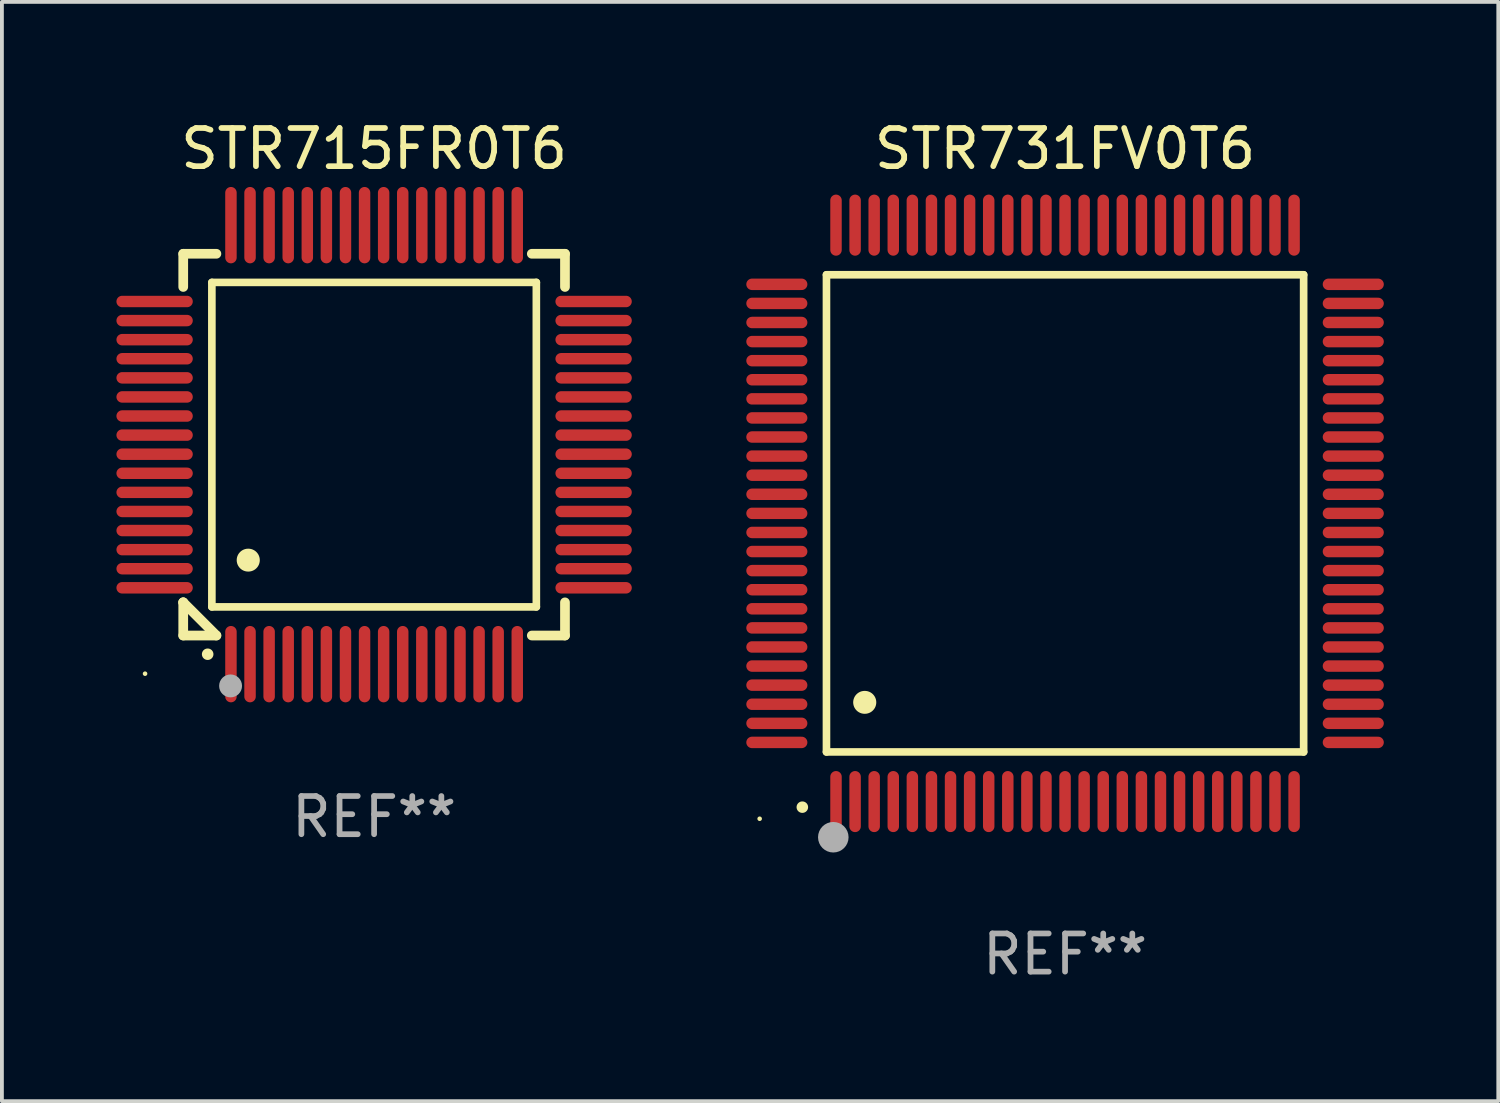
<source format=kicad_pcb>
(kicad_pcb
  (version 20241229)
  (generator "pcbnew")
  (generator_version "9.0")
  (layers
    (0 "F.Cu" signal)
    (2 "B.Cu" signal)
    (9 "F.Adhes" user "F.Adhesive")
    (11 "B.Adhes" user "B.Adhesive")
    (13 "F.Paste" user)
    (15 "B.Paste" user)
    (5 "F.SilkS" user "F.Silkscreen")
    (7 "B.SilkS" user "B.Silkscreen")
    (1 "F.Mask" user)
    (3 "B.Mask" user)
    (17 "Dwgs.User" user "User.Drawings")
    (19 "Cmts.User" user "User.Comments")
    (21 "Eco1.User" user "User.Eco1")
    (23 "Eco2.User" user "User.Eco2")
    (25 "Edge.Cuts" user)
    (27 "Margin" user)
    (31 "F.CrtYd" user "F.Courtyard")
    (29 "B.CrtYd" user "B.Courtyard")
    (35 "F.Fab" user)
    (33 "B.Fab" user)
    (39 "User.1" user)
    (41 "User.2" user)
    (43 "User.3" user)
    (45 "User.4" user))
  (footprint "STR715FR0T6"
    (layer "F.Cu")
    (at 6.75 8.598)
    (property "Reference" "STR715FR0T6" (at 0 -7.75 0) (layer "F.SilkS") (effects (font (size 1 1) (thickness 0.15))))
    (attr through_hole)
    (fp_line (start -5 -5) (end -4.131 -5) (stroke (width 0.254) (type solid)) (layer "F.SilkS"))
    (fp_line (start -5 -4.131) (end -5 -5) (stroke (width 0.254) (type solid)) (layer "F.SilkS"))
    (fp_line (start -5 4.131) (end -5 4.131) (stroke (width 0.254) (type solid)) (layer "F.SilkS"))
    (fp_line (start -5 5) (end -5 4.131) (stroke (width 0.254) (type solid)) (layer "F.SilkS"))
    (fp_line (start -5 4.131) (end -4.131 5) (stroke (width 0.254) (type solid)) (layer "F.SilkS"))
    (fp_line (start -4.25 -4.25) (end -4.25 4.25) (stroke (width 0.2) (type solid)) (layer "F.SilkS"))
    (fp_line (start -4.25 4.25) (end 4.25 4.25) (stroke (width 0.2) (type solid)) (layer "F.SilkS"))
    (fp_line (start -4.131 5) (end -5 5) (stroke (width 0.254) (type solid)) (layer "F.SilkS"))
    (fp_line (start 4.25 -4.25) (end -4.25 -4.25) (stroke (width 0.2) (type solid)) (layer "F.SilkS"))
    (fp_line (start 4.25 4.25) (end 4.25 -4.25) (stroke (width 0.2) (type solid)) (layer "F.SilkS"))
    (fp_line (start 5 -5) (end 4.131 -5) (stroke (width 0.254) (type solid)) (layer "F.SilkS"))
    (fp_line (start 5 -5) (end 5 -4.131) (stroke (width 0.254) (type solid)) (layer "F.SilkS"))
    (fp_line (start 5 4.131) (end 5 5) (stroke (width 0.254) (type solid)) (layer "F.SilkS"))
    (fp_line (start 5 5) (end 4.131 5) (stroke (width 0.254) (type solid)) (layer "F.SilkS"))
    (fp_arc (start -4.361265 5.489992) (mid -4.359995 5.489987) (end -4.358725 5.489992) (stroke (width 0.3) (type solid)) (layer "F.SilkS"))
    (fp_arc (start -3.299467 3.025146) (mid -3.296927 3.025135) (end -3.294387 3.025146) (stroke (width 0.6) (type solid)) (layer "F.SilkS"))
    (fp_circle (center -6 6) (end -5.97 6) (stroke (width 0.06) (type solid)) (fill no) (layer "F.SilkS"))
    (fp_circle (center -3.76 6.32) (end -3.61 6.32) (stroke (width 0.3) (type solid)) (fill no) (layer "F.Fab"))
    (fp_text user "REF**" (at 0 9.75 0) (layer "F.Fab") (effects (font (size 1 1) (thickness 0.15))))
    (pad "1" smd oval (at -3.75 5.75) (size 0.3 2) (layers "F.Cu" "F.Mask" "F.Paste"))
    (pad "2" smd oval (at -3.25 5.75) (size 0.3 2) (layers "F.Cu" "F.Mask" "F.Paste"))
    (pad "3" smd oval (at -2.75 5.75) (size 0.3 2) (layers "F.Cu" "F.Mask" "F.Paste"))
    (pad "4" smd oval (at -2.25 5.75) (size 0.3 2) (layers "F.Cu" "F.Mask" "F.Paste"))
    (pad "5" smd oval (at -1.75 5.75) (size 0.3 2) (layers "F.Cu" "F.Mask" "F.Paste"))
    (pad "6" smd oval (at -1.25 5.75) (size 0.3 2) (layers "F.Cu" "F.Mask" "F.Paste"))
    (pad "7" smd oval (at -0.75 5.75) (size 0.3 2) (layers "F.Cu" "F.Mask" "F.Paste"))
    (pad "8" smd oval (at -0.25 5.75) (size 0.3 2) (layers "F.Cu" "F.Mask" "F.Paste"))
    (pad "9" smd oval (at 0.25 5.75) (size 0.3 2) (layers "F.Cu" "F.Mask" "F.Paste"))
    (pad "10" smd oval (at 0.75 5.75) (size 0.3 2) (layers "F.Cu" "F.Mask" "F.Paste"))
    (pad "11" smd oval (at 1.25 5.75) (size 0.3 2) (layers "F.Cu" "F.Mask" "F.Paste"))
    (pad "12" smd oval (at 1.75 5.75) (size 0.3 2) (layers "F.Cu" "F.Mask" "F.Paste"))
    (pad "13" smd oval (at 2.25 5.75) (size 0.3 2) (layers "F.Cu" "F.Mask" "F.Paste"))
    (pad "14" smd oval (at 2.75 5.75) (size 0.3 2) (layers "F.Cu" "F.Mask" "F.Paste"))
    (pad "15" smd oval (at 3.25 5.75) (size 0.3 2) (layers "F.Cu" "F.Mask" "F.Paste"))
    (pad "16" smd oval (at 3.75 5.75) (size 0.3 2) (layers "F.Cu" "F.Mask" "F.Paste"))
    (pad "17" smd oval (at 5.75 3.75) (size 2 0.3) (layers "F.Cu" "F.Mask" "F.Paste"))
    (pad "18" smd oval (at 5.75 3.25) (size 2 0.3) (layers "F.Cu" "F.Mask" "F.Paste"))
    (pad "19" smd oval (at 5.75 2.75) (size 2 0.3) (layers "F.Cu" "F.Mask" "F.Paste"))
    (pad "20" smd oval (at 5.75 2.25) (size 2 0.3) (layers "F.Cu" "F.Mask" "F.Paste"))
    (pad "21" smd oval (at 5.75 1.75) (size 2 0.3) (layers "F.Cu" "F.Mask" "F.Paste"))
    (pad "22" smd oval (at 5.75 1.25) (size 2 0.3) (layers "F.Cu" "F.Mask" "F.Paste"))
    (pad "23" smd oval (at 5.75 0.75) (size 2 0.3) (layers "F.Cu" "F.Mask" "F.Paste"))
    (pad "24" smd oval (at 5.75 0.25) (size 2 0.3) (layers "F.Cu" "F.Mask" "F.Paste"))
    (pad "25" smd oval (at 5.75 -0.25) (size 2 0.3) (layers "F.Cu" "F.Mask" "F.Paste"))
    (pad "26" smd oval (at 5.75 -0.75) (size 2 0.3) (layers "F.Cu" "F.Mask" "F.Paste"))
    (pad "27" smd oval (at 5.75 -1.25) (size 2 0.3) (layers "F.Cu" "F.Mask" "F.Paste"))
    (pad "28" smd oval (at 5.75 -1.75) (size 2 0.3) (layers "F.Cu" "F.Mask" "F.Paste"))
    (pad "29" smd oval (at 5.75 -2.25) (size 2 0.3) (layers "F.Cu" "F.Mask" "F.Paste"))
    (pad "30" smd oval (at 5.75 -2.75) (size 2 0.3) (layers "F.Cu" "F.Mask" "F.Paste"))
    (pad "31" smd oval (at 5.75 -3.25) (size 2 0.3) (layers "F.Cu" "F.Mask" "F.Paste"))
    (pad "32" smd oval (at 5.75 -3.75) (size 2 0.3) (layers "F.Cu" "F.Mask" "F.Paste"))
    (pad "33" smd oval (at 3.75 -5.75) (size 0.3 2) (layers "F.Cu" "F.Mask" "F.Paste"))
    (pad "34" smd oval (at 3.25 -5.75) (size 0.3 2) (layers "F.Cu" "F.Mask" "F.Paste"))
    (pad "35" smd oval (at 2.75 -5.75) (size 0.3 2) (layers "F.Cu" "F.Mask" "F.Paste"))
    (pad "36" smd oval (at 2.25 -5.75) (size 0.3 2) (layers "F.Cu" "F.Mask" "F.Paste"))
    (pad "37" smd oval (at 1.75 -5.75) (size 0.3 2) (layers "F.Cu" "F.Mask" "F.Paste"))
    (pad "38" smd oval (at 1.25 -5.75) (size 0.3 2) (layers "F.Cu" "F.Mask" "F.Paste"))
    (pad "39" smd oval (at 0.75 -5.75) (size 0.3 2) (layers "F.Cu" "F.Mask" "F.Paste"))
    (pad "40" smd oval (at 0.25 -5.75) (size 0.3 2) (layers "F.Cu" "F.Mask" "F.Paste"))
    (pad "41" smd oval (at -0.25 -5.75) (size 0.3 2) (layers "F.Cu" "F.Mask" "F.Paste"))
    (pad "42" smd oval (at -0.75 -5.75) (size 0.3 2) (layers "F.Cu" "F.Mask" "F.Paste"))
    (pad "43" smd oval (at -1.25 -5.75) (size 0.3 2) (layers "F.Cu" "F.Mask" "F.Paste"))
    (pad "44" smd oval (at -1.75 -5.75) (size 0.3 2) (layers "F.Cu" "F.Mask" "F.Paste"))
    (pad "45" smd oval (at -2.25 -5.75) (size 0.3 2) (layers "F.Cu" "F.Mask" "F.Paste"))
    (pad "46" smd oval (at -2.75 -5.75) (size 0.3 2) (layers "F.Cu" "F.Mask" "F.Paste"))
    (pad "47" smd oval (at -3.25 -5.75) (size 0.3 2) (layers "F.Cu" "F.Mask" "F.Paste"))
    (pad "48" smd oval (at -3.75 -5.75) (size 0.3 2) (layers "F.Cu" "F.Mask" "F.Paste"))
    (pad "49" smd oval (at -5.75 -3.75) (size 2 0.3) (layers "F.Cu" "F.Mask" "F.Paste"))
    (pad "50" smd oval (at -5.75 -3.25) (size 2 0.3) (layers "F.Cu" "F.Mask" "F.Paste"))
    (pad "51" smd oval (at -5.75 -2.75) (size 2 0.3) (layers "F.Cu" "F.Mask" "F.Paste"))
    (pad "52" smd oval (at -5.75 -2.25) (size 2 0.3) (layers "F.Cu" "F.Mask" "F.Paste"))
    (pad "53" smd oval (at -5.75 -1.75) (size 2 0.3) (layers "F.Cu" "F.Mask" "F.Paste"))
    (pad "54" smd oval (at -5.75 -1.25) (size 2 0.3) (layers "F.Cu" "F.Mask" "F.Paste"))
    (pad "55" smd oval (at -5.75 -0.75) (size 2 0.3) (layers "F.Cu" "F.Mask" "F.Paste"))
    (pad "56" smd oval (at -5.75 -0.25) (size 2 0.3) (layers "F.Cu" "F.Mask" "F.Paste"))
    (pad "57" smd oval (at -5.75 0.25) (size 2 0.3) (layers "F.Cu" "F.Mask" "F.Paste"))
    (pad "58" smd oval (at -5.75 0.75) (size 2 0.3) (layers "F.Cu" "F.Mask" "F.Paste"))
    (pad "59" smd oval (at -5.75 1.25) (size 2 0.3) (layers "F.Cu" "F.Mask" "F.Paste"))
    (pad "60" smd oval (at -5.75 1.75) (size 2 0.3) (layers "F.Cu" "F.Mask" "F.Paste"))
    (pad "61" smd oval (at -5.75 2.25) (size 2 0.3) (layers "F.Cu" "F.Mask" "F.Paste"))
    (pad "62" smd oval (at -5.75 2.75) (size 2 0.3) (layers "F.Cu" "F.Mask" "F.Paste"))
    (pad "63" smd oval (at -5.75 3.25) (size 2 0.3) (layers "F.Cu" "F.Mask" "F.Paste"))
    (pad "64" smd oval (at -5.75 3.75) (size 2 0.3) (layers "F.Cu" "F.Mask" "F.Paste")))
  (footprint "STR731FV0T6"
    (layer "F.Cu")
    (at 24.85 10.398)
    (property "Reference" "STR731FV0T6" (at 0 -9.55 0) (layer "F.SilkS") (effects (font (size 1 1) (thickness 0.15))))
    (attr through_hole)
    (fp_line (start -6.25 -6.25) (end -6.25 6.25) (stroke (width 0.2) (type solid)) (layer "F.SilkS"))
    (fp_line (start -6.25 6.25) (end 6.25 6.25) (stroke (width 0.2) (type solid)) (layer "F.SilkS"))
    (fp_line (start 6.25 -6.25) (end -6.25 -6.25) (stroke (width 0.2) (type solid)) (layer "F.SilkS"))
    (fp_line (start 6.25 6.25) (end 6.25 -6.25) (stroke (width 0.2) (type solid)) (layer "F.SilkS"))
    (fp_arc (start -6.883414 7.696215) (mid -6.882144 7.69621) (end -6.880874 7.696215) (stroke (width 0.3) (type solid)) (layer "F.SilkS"))
    (fp_arc (start -5.250191 4.95047) (mid -5.247651 4.950459) (end -5.245111 4.95047) (stroke (width 0.6) (type solid)) (layer "F.SilkS"))
    (fp_circle (center -8 8) (end -7.97 8) (stroke (width 0.06) (type solid)) (fill no) (layer "F.SilkS"))
    (fp_circle (center -6.071 8.484) (end -5.871 8.484) (stroke (width 0.4) (type solid)) (fill no) (layer "F.Fab"))
    (fp_text user "REF**" (at 0 11.55 0) (layer "F.Fab") (effects (font (size 1 1) (thickness 0.15))))
    (pad "1" smd oval (at -6 7.55) (size 0.3 1.6) (layers "F.Cu" "F.Mask" "F.Paste"))
    (pad "2" smd oval (at -5.5 7.55) (size 0.3 1.6) (layers "F.Cu" "F.Mask" "F.Paste"))
    (pad "3" smd oval (at -5 7.55) (size 0.3 1.6) (layers "F.Cu" "F.Mask" "F.Paste"))
    (pad "4" smd oval (at -4.5 7.55) (size 0.3 1.6) (layers "F.Cu" "F.Mask" "F.Paste"))
    (pad "5" smd oval (at -4 7.55) (size 0.3 1.6) (layers "F.Cu" "F.Mask" "F.Paste"))
    (pad "6" smd oval (at -3.5 7.55) (size 0.3 1.6) (layers "F.Cu" "F.Mask" "F.Paste"))
    (pad "7" smd oval (at -3 7.55) (size 0.3 1.6) (layers "F.Cu" "F.Mask" "F.Paste"))
    (pad "8" smd oval (at -2.5 7.55) (size 0.3 1.6) (layers "F.Cu" "F.Mask" "F.Paste"))
    (pad "9" smd oval (at -2 7.55) (size 0.3 1.6) (layers "F.Cu" "F.Mask" "F.Paste"))
    (pad "10" smd oval (at -1.5 7.55) (size 0.3 1.6) (layers "F.Cu" "F.Mask" "F.Paste"))
    (pad "11" smd oval (at -1 7.55) (size 0.3 1.6) (layers "F.Cu" "F.Mask" "F.Paste"))
    (pad "12" smd oval (at -0.5 7.55) (size 0.3 1.6) (layers "F.Cu" "F.Mask" "F.Paste"))
    (pad "13" smd oval (at 0 7.55) (size 0.3 1.6) (layers "F.Cu" "F.Mask" "F.Paste"))
    (pad "14" smd oval (at 0.5 7.55) (size 0.3 1.6) (layers "F.Cu" "F.Mask" "F.Paste"))
    (pad "15" smd oval (at 1 7.55) (size 0.3 1.6) (layers "F.Cu" "F.Mask" "F.Paste"))
    (pad "16" smd oval (at 1.5 7.55) (size 0.3 1.6) (layers "F.Cu" "F.Mask" "F.Paste"))
    (pad "17" smd oval (at 2 7.55) (size 0.3 1.6) (layers "F.Cu" "F.Mask" "F.Paste"))
    (pad "18" smd oval (at 2.5 7.55) (size 0.3 1.6) (layers "F.Cu" "F.Mask" "F.Paste"))
    (pad "19" smd oval (at 3 7.55) (size 0.3 1.6) (layers "F.Cu" "F.Mask" "F.Paste"))
    (pad "20" smd oval (at 3.5 7.55) (size 0.3 1.6) (layers "F.Cu" "F.Mask" "F.Paste"))
    (pad "21" smd oval (at 4 7.55) (size 0.3 1.6) (layers "F.Cu" "F.Mask" "F.Paste"))
    (pad "22" smd oval (at 4.5 7.55) (size 0.3 1.6) (layers "F.Cu" "F.Mask" "F.Paste"))
    (pad "23" smd oval (at 5 7.55) (size 0.3 1.6) (layers "F.Cu" "F.Mask" "F.Paste"))
    (pad "24" smd oval (at 5.5 7.55) (size 0.3 1.6) (layers "F.Cu" "F.Mask" "F.Paste"))
    (pad "25" smd oval (at 6 7.55) (size 0.3 1.6) (layers "F.Cu" "F.Mask" "F.Paste"))
    (pad "26" smd oval (at 7.55 6) (size 1.6 0.3) (layers "F.Cu" "F.Mask" "F.Paste"))
    (pad "27" smd oval (at 7.55 5.5) (size 1.6 0.3) (layers "F.Cu" "F.Mask" "F.Paste"))
    (pad "28" smd oval (at 7.55 5) (size 1.6 0.3) (layers "F.Cu" "F.Mask" "F.Paste"))
    (pad "29" smd oval (at 7.55 4.5) (size 1.6 0.3) (layers "F.Cu" "F.Mask" "F.Paste"))
    (pad "30" smd oval (at 7.55 4) (size 1.6 0.3) (layers "F.Cu" "F.Mask" "F.Paste"))
    (pad "31" smd oval (at 7.55 3.5) (size 1.6 0.3) (layers "F.Cu" "F.Mask" "F.Paste"))
    (pad "32" smd oval (at 7.55 3) (size 1.6 0.3) (layers "F.Cu" "F.Mask" "F.Paste"))
    (pad "33" smd oval (at 7.55 2.5) (size 1.6 0.3) (layers "F.Cu" "F.Mask" "F.Paste"))
    (pad "34" smd oval (at 7.55 2) (size 1.6 0.3) (layers "F.Cu" "F.Mask" "F.Paste"))
    (pad "35" smd oval (at 7.55 1.5) (size 1.6 0.3) (layers "F.Cu" "F.Mask" "F.Paste"))
    (pad "36" smd oval (at 7.55 1) (size 1.6 0.3) (layers "F.Cu" "F.Mask" "F.Paste"))
    (pad "37" smd oval (at 7.55 0.5) (size 1.6 0.3) (layers "F.Cu" "F.Mask" "F.Paste"))
    (pad "38" smd oval (at 7.55 0) (size 1.6 0.3) (layers "F.Cu" "F.Mask" "F.Paste"))
    (pad "39" smd oval (at 7.55 -0.5) (size 1.6 0.3) (layers "F.Cu" "F.Mask" "F.Paste"))
    (pad "40" smd oval (at 7.55 -1) (size 1.6 0.3) (layers "F.Cu" "F.Mask" "F.Paste"))
    (pad "41" smd oval (at 7.55 -1.5) (size 1.6 0.3) (layers "F.Cu" "F.Mask" "F.Paste"))
    (pad "42" smd oval (at 7.55 -2) (size 1.6 0.3) (layers "F.Cu" "F.Mask" "F.Paste"))
    (pad "43" smd oval (at 7.55 -2.5) (size 1.6 0.3) (layers "F.Cu" "F.Mask" "F.Paste"))
    (pad "44" smd oval (at 7.55 -3) (size 1.6 0.3) (layers "F.Cu" "F.Mask" "F.Paste"))
    (pad "45" smd oval (at 7.55 -3.5) (size 1.6 0.3) (layers "F.Cu" "F.Mask" "F.Paste"))
    (pad "46" smd oval (at 7.55 -4) (size 1.6 0.3) (layers "F.Cu" "F.Mask" "F.Paste"))
    (pad "47" smd oval (at 7.55 -4.5) (size 1.6 0.3) (layers "F.Cu" "F.Mask" "F.Paste"))
    (pad "48" smd oval (at 7.55 -5) (size 1.6 0.3) (layers "F.Cu" "F.Mask" "F.Paste"))
    (pad "49" smd oval (at 7.55 -5.5) (size 1.6 0.3) (layers "F.Cu" "F.Mask" "F.Paste"))
    (pad "50" smd oval (at 7.55 -6) (size 1.6 0.3) (layers "F.Cu" "F.Mask" "F.Paste"))
    (pad "51" smd oval (at 6 -7.55) (size 0.3 1.6) (layers "F.Cu" "F.Mask" "F.Paste"))
    (pad "52" smd oval (at 5.5 -7.55) (size 0.3 1.6) (layers "F.Cu" "F.Mask" "F.Paste"))
    (pad "53" smd oval (at 5 -7.55) (size 0.3 1.6) (layers "F.Cu" "F.Mask" "F.Paste"))
    (pad "54" smd oval (at 4.5 -7.55) (size 0.3 1.6) (layers "F.Cu" "F.Mask" "F.Paste"))
    (pad "55" smd oval (at 4 -7.55) (size 0.3 1.6) (layers "F.Cu" "F.Mask" "F.Paste"))
    (pad "56" smd oval (at 3.5 -7.55) (size 0.3 1.6) (layers "F.Cu" "F.Mask" "F.Paste"))
    (pad "57" smd oval (at 3 -7.55) (size 0.3 1.6) (layers "F.Cu" "F.Mask" "F.Paste"))
    (pad "58" smd oval (at 2.5 -7.55) (size 0.3 1.6) (layers "F.Cu" "F.Mask" "F.Paste"))
    (pad "59" smd oval (at 2 -7.55) (size 0.3 1.6) (layers "F.Cu" "F.Mask" "F.Paste"))
    (pad "60" smd oval (at 1.5 -7.55) (size 0.3 1.6) (layers "F.Cu" "F.Mask" "F.Paste"))
    (pad "61" smd oval (at 1 -7.55) (size 0.3 1.6) (layers "F.Cu" "F.Mask" "F.Paste"))
    (pad "62" smd oval (at 0.5 -7.55) (size 0.3 1.6) (layers "F.Cu" "F.Mask" "F.Paste"))
    (pad "63" smd oval (at 0 -7.55) (size 0.3 1.6) (layers "F.Cu" "F.Mask" "F.Paste"))
    (pad "64" smd oval (at -0.5 -7.55) (size 0.3 1.6) (layers "F.Cu" "F.Mask" "F.Paste"))
    (pad "65" smd oval (at -1 -7.55) (size 0.3 1.6) (layers "F.Cu" "F.Mask" "F.Paste"))
    (pad "66" smd oval (at -1.5 -7.55) (size 0.3 1.6) (layers "F.Cu" "F.Mask" "F.Paste"))
    (pad "67" smd oval (at -2 -7.55) (size 0.3 1.6) (layers "F.Cu" "F.Mask" "F.Paste"))
    (pad "68" smd oval (at -2.5 -7.55) (size 0.3 1.6) (layers "F.Cu" "F.Mask" "F.Paste"))
    (pad "69" smd oval (at -3 -7.55) (size 0.3 1.6) (layers "F.Cu" "F.Mask" "F.Paste"))
    (pad "70" smd oval (at -3.5 -7.55) (size 0.3 1.6) (layers "F.Cu" "F.Mask" "F.Paste"))
    (pad "71" smd oval (at -4 -7.55) (size 0.3 1.6) (layers "F.Cu" "F.Mask" "F.Paste"))
    (pad "72" smd oval (at -4.5 -7.55) (size 0.3 1.6) (layers "F.Cu" "F.Mask" "F.Paste"))
    (pad "73" smd oval (at -5 -7.55) (size 0.3 1.6) (layers "F.Cu" "F.Mask" "F.Paste"))
    (pad "74" smd oval (at -5.5 -7.55) (size 0.3 1.6) (layers "F.Cu" "F.Mask" "F.Paste"))
    (pad "75" smd oval (at -6 -7.55) (size 0.3 1.6) (layers "F.Cu" "F.Mask" "F.Paste"))
    (pad "76" smd oval (at -7.55 -6) (size 1.6 0.3) (layers "F.Cu" "F.Mask" "F.Paste"))
    (pad "77" smd oval (at -7.55 -5.5) (size 1.6 0.3) (layers "F.Cu" "F.Mask" "F.Paste"))
    (pad "78" smd oval (at -7.55 -5) (size 1.6 0.3) (layers "F.Cu" "F.Mask" "F.Paste"))
    (pad "79" smd oval (at -7.55 -4.5) (size 1.6 0.3) (layers "F.Cu" "F.Mask" "F.Paste"))
    (pad "80" smd oval (at -7.55 -4) (size 1.6 0.3) (layers "F.Cu" "F.Mask" "F.Paste"))
    (pad "81" smd oval (at -7.55 -3.5) (size 1.6 0.3) (layers "F.Cu" "F.Mask" "F.Paste"))
    (pad "82" smd oval (at -7.55 -3) (size 1.6 0.3) (layers "F.Cu" "F.Mask" "F.Paste"))
    (pad "83" smd oval (at -7.55 -2.5) (size 1.6 0.3) (layers "F.Cu" "F.Mask" "F.Paste"))
    (pad "84" smd oval (at -7.55 -2) (size 1.6 0.3) (layers "F.Cu" "F.Mask" "F.Paste"))
    (pad "85" smd oval (at -7.55 -1.5) (size 1.6 0.3) (layers "F.Cu" "F.Mask" "F.Paste"))
    (pad "86" smd oval (at -7.55 -1) (size 1.6 0.3) (layers "F.Cu" "F.Mask" "F.Paste"))
    (pad "87" smd oval (at -7.55 -0.5) (size 1.6 0.3) (layers "F.Cu" "F.Mask" "F.Paste"))
    (pad "88" smd oval (at -7.55 0) (size 1.6 0.3) (layers "F.Cu" "F.Mask" "F.Paste"))
    (pad "89" smd oval (at -7.55 0.5) (size 1.6 0.3) (layers "F.Cu" "F.Mask" "F.Paste"))
    (pad "90" smd oval (at -7.55 1) (size 1.6 0.3) (layers "F.Cu" "F.Mask" "F.Paste"))
    (pad "91" smd oval (at -7.55 1.5) (size 1.6 0.3) (layers "F.Cu" "F.Mask" "F.Paste"))
    (pad "92" smd oval (at -7.55 2) (size 1.6 0.3) (layers "F.Cu" "F.Mask" "F.Paste"))
    (pad "93" smd oval (at -7.55 2.5) (size 1.6 0.3) (layers "F.Cu" "F.Mask" "F.Paste"))
    (pad "94" smd oval (at -7.55 3) (size 1.6 0.3) (layers "F.Cu" "F.Mask" "F.Paste"))
    (pad "95" smd oval (at -7.55 3.5) (size 1.6 0.3) (layers "F.Cu" "F.Mask" "F.Paste"))
    (pad "96" smd oval (at -7.55 4) (size 1.6 0.3) (layers "F.Cu" "F.Mask" "F.Paste"))
    (pad "97" smd oval (at -7.55 4.5) (size 1.6 0.3) (layers "F.Cu" "F.Mask" "F.Paste"))
    (pad "98" smd oval (at -7.55 5) (size 1.6 0.3) (layers "F.Cu" "F.Mask" "F.Paste"))
    (pad "99" smd oval (at -7.55 5.5) (size 1.6 0.3) (layers "F.Cu" "F.Mask" "F.Paste"))
    (pad "100" smd oval (at -7.55 6) (size 1.6 0.3) (layers "F.Cu" "F.Mask" "F.Paste")))
  (gr_rect
    (start -3 -3)
    (end 36.199 25.796)
    (stroke (width 0.1) (type default))
    (fill no)
    (layer "Edge.Cuts")))
</source>
